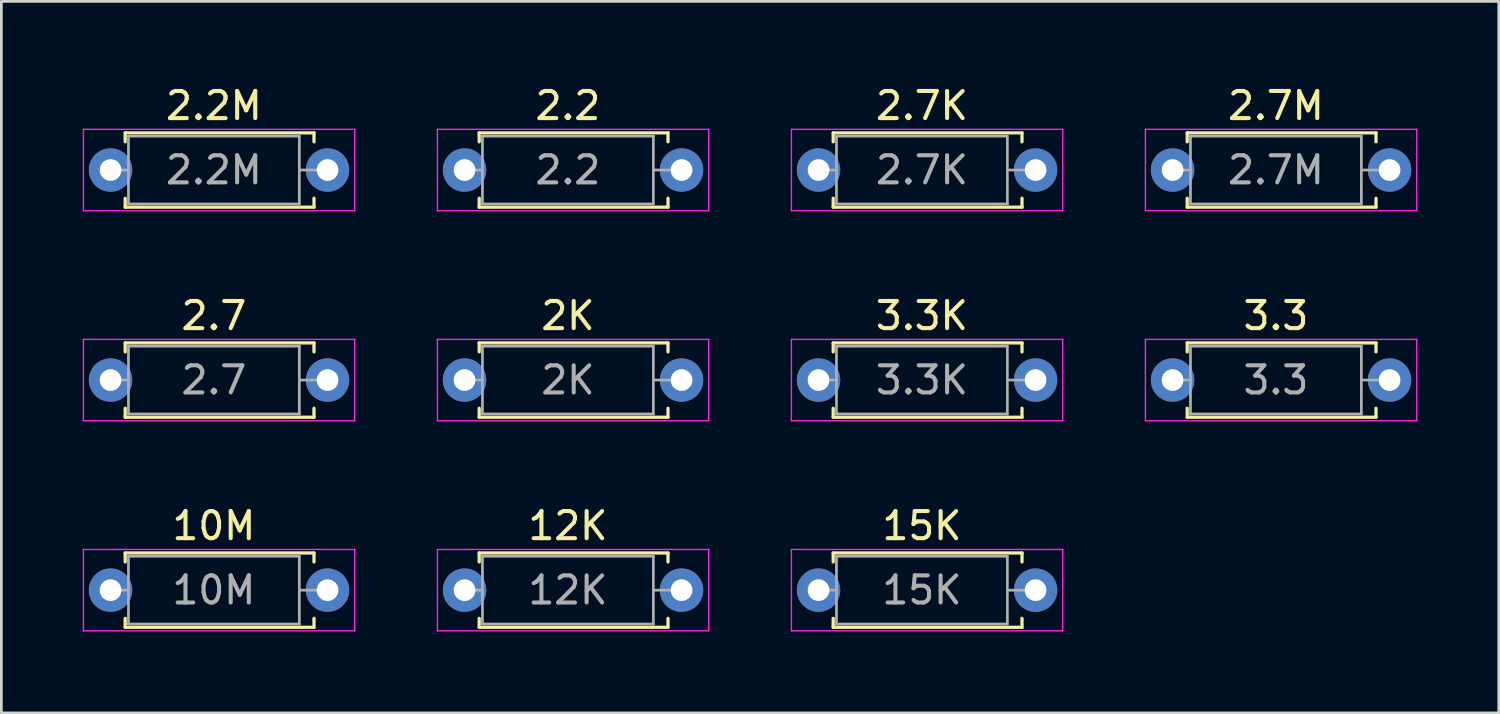
<source format=kicad_pcb>
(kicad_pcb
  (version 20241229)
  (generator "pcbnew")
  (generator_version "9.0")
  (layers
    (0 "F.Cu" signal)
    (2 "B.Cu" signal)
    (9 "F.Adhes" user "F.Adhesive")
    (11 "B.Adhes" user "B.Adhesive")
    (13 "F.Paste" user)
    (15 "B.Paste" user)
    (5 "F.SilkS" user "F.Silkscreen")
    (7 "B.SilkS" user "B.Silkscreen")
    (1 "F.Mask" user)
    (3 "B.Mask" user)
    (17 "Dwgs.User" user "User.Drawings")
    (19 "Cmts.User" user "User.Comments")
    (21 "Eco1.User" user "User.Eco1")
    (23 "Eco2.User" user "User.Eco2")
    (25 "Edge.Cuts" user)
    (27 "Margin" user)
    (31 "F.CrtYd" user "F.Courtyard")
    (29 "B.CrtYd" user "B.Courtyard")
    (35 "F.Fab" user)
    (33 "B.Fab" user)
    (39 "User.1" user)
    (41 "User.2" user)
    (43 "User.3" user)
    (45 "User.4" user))
  (footprint "3.3"
    (layer "F.Cu")
    (at 40.175 10.961)
    (property "Reference" "3.3" (at 3.81 -2.37 0) (layer "F.SilkS") (effects (font (size 1 1) (thickness 0.15))))
    (attr through_hole)
    (fp_line (start 0.54 -1.37) (end 7.5 -1.37) (stroke (width 0.12) (type solid)) (layer "F.SilkS"))
    (fp_line (start 0.54 -1.04) (end 0.54 -1.37) (stroke (width 0.12) (type solid)) (layer "F.SilkS"))
    (fp_line (start 0.54 1.04) (end 0.54 1.37) (stroke (width 0.12) (type solid)) (layer "F.SilkS"))
    (fp_line (start 0.54 1.37) (end 7.5 1.37) (stroke (width 0.12) (type solid)) (layer "F.SilkS"))
    (fp_line (start 7.5 -1.37) (end 7.5 -1.04) (stroke (width 0.12) (type solid)) (layer "F.SilkS"))
    (fp_line (start 7.5 1.37) (end 7.5 1.04) (stroke (width 0.12) (type solid)) (layer "F.SilkS"))
    (fp_line (start -1 -1.5) (end -1 1.5) (stroke (width 0.05) (type solid)) (layer "F.CrtYd"))
    (fp_line (start -1 1.5) (end 9 1.5) (stroke (width 0.05) (type solid)) (layer "F.CrtYd"))
    (fp_line (start 9 -1.5) (end -1 -1.5) (stroke (width 0.05) (type solid)) (layer "F.CrtYd"))
    (fp_line (start 9 1.5) (end 9 -1.5) (stroke (width 0.05) (type solid)) (layer "F.CrtYd"))
    (fp_line (start 0 0) (end 0.66 0) (stroke (width 0.1) (type solid)) (layer "F.Fab"))
    (fp_line (start 0.66 -1.25) (end 0.66 1.25) (stroke (width 0.1) (type solid)) (layer "F.Fab"))
    (fp_line (start 0.66 1.25) (end 6.96 1.25) (stroke (width 0.1) (type solid)) (layer "F.Fab"))
    (fp_line (start 6.96 -1.25) (end 0.66 -1.25) (stroke (width 0.1) (type solid)) (layer "F.Fab"))
    (fp_line (start 6.96 1.25) (end 6.96 -1.25) (stroke (width 0.1) (type solid)) (layer "F.Fab"))
    (fp_line (start 7.62 0) (end 6.96 0) (stroke (width 0.1) (type solid)) (layer "F.Fab"))
    (fp_text user "${REFERENCE}" (at 3.81 0 0) (layer "F.Fab") (effects (font (size 1 1) (thickness 0.15))))
    (pad "1" thru_hole circle (at 0 0) (size 1.6 1.6) (drill 0.8) (layers "*.Cu" "*.Mask"))
    (pad "2" thru_hole oval (at 8 0) (size 1.6 1.6) (drill 0.8) (layers "*.Cu" "*.Mask")))
  (footprint "3.3K"
    (layer "F.Cu")
    (at 27.125 10.961)
    (property "Reference" "3.3K" (at 3.81 -2.37 0) (layer "F.SilkS") (effects (font (size 1 1) (thickness 0.15))))
    (attr through_hole)
    (fp_line (start 0.54 -1.37) (end 7.5 -1.37) (stroke (width 0.12) (type solid)) (layer "F.SilkS"))
    (fp_line (start 0.54 -1.04) (end 0.54 -1.37) (stroke (width 0.12) (type solid)) (layer "F.SilkS"))
    (fp_line (start 0.54 1.04) (end 0.54 1.37) (stroke (width 0.12) (type solid)) (layer "F.SilkS"))
    (fp_line (start 0.54 1.37) (end 7.5 1.37) (stroke (width 0.12) (type solid)) (layer "F.SilkS"))
    (fp_line (start 7.5 -1.37) (end 7.5 -1.04) (stroke (width 0.12) (type solid)) (layer "F.SilkS"))
    (fp_line (start 7.5 1.37) (end 7.5 1.04) (stroke (width 0.12) (type solid)) (layer "F.SilkS"))
    (fp_line (start -1 -1.5) (end -1 1.5) (stroke (width 0.05) (type solid)) (layer "F.CrtYd"))
    (fp_line (start -1 1.5) (end 9 1.5) (stroke (width 0.05) (type solid)) (layer "F.CrtYd"))
    (fp_line (start 9 -1.5) (end -1 -1.5) (stroke (width 0.05) (type solid)) (layer "F.CrtYd"))
    (fp_line (start 9 1.5) (end 9 -1.5) (stroke (width 0.05) (type solid)) (layer "F.CrtYd"))
    (fp_line (start 0 0) (end 0.66 0) (stroke (width 0.1) (type solid)) (layer "F.Fab"))
    (fp_line (start 0.66 -1.25) (end 0.66 1.25) (stroke (width 0.1) (type solid)) (layer "F.Fab"))
    (fp_line (start 0.66 1.25) (end 6.96 1.25) (stroke (width 0.1) (type solid)) (layer "F.Fab"))
    (fp_line (start 6.96 -1.25) (end 0.66 -1.25) (stroke (width 0.1) (type solid)) (layer "F.Fab"))
    (fp_line (start 6.96 1.25) (end 6.96 -1.25) (stroke (width 0.1) (type solid)) (layer "F.Fab"))
    (fp_line (start 7.62 0) (end 6.96 0) (stroke (width 0.1) (type solid)) (layer "F.Fab"))
    (fp_text user "${REFERENCE}" (at 3.81 0 0) (layer "F.Fab") (effects (font (size 1 1) (thickness 0.15))))
    (pad "1" thru_hole circle (at 0 0) (size 1.6 1.6) (drill 0.8) (layers "*.Cu" "*.Mask"))
    (pad "2" thru_hole oval (at 8 0) (size 1.6 1.6) (drill 0.8) (layers "*.Cu" "*.Mask")))
  (footprint "15K"
    (layer "F.Cu")
    (at 27.125 18.705)
    (property "Reference" "15K" (at 3.81 -2.37 0) (layer "F.SilkS") (effects (font (size 1 1) (thickness 0.15))))
    (attr through_hole)
    (fp_line (start 0.54 -1.37) (end 7.5 -1.37) (stroke (width 0.12) (type solid)) (layer "F.SilkS"))
    (fp_line (start 0.54 -1.04) (end 0.54 -1.37) (stroke (width 0.12) (type solid)) (layer "F.SilkS"))
    (fp_line (start 0.54 1.04) (end 0.54 1.37) (stroke (width 0.12) (type solid)) (layer "F.SilkS"))
    (fp_line (start 0.54 1.37) (end 7.5 1.37) (stroke (width 0.12) (type solid)) (layer "F.SilkS"))
    (fp_line (start 7.5 -1.37) (end 7.5 -1.04) (stroke (width 0.12) (type solid)) (layer "F.SilkS"))
    (fp_line (start 7.5 1.37) (end 7.5 1.04) (stroke (width 0.12) (type solid)) (layer "F.SilkS"))
    (fp_line (start -1 -1.5) (end -1 1.5) (stroke (width 0.05) (type solid)) (layer "F.CrtYd"))
    (fp_line (start -1 1.5) (end 9 1.5) (stroke (width 0.05) (type solid)) (layer "F.CrtYd"))
    (fp_line (start 9 -1.5) (end -1 -1.5) (stroke (width 0.05) (type solid)) (layer "F.CrtYd"))
    (fp_line (start 9 1.5) (end 9 -1.5) (stroke (width 0.05) (type solid)) (layer "F.CrtYd"))
    (fp_line (start 0 0) (end 0.66 0) (stroke (width 0.1) (type solid)) (layer "F.Fab"))
    (fp_line (start 0.66 -1.25) (end 0.66 1.25) (stroke (width 0.1) (type solid)) (layer "F.Fab"))
    (fp_line (start 0.66 1.25) (end 6.96 1.25) (stroke (width 0.1) (type solid)) (layer "F.Fab"))
    (fp_line (start 6.96 -1.25) (end 0.66 -1.25) (stroke (width 0.1) (type solid)) (layer "F.Fab"))
    (fp_line (start 6.96 1.25) (end 6.96 -1.25) (stroke (width 0.1) (type solid)) (layer "F.Fab"))
    (fp_line (start 7.62 0) (end 6.96 0) (stroke (width 0.1) (type solid)) (layer "F.Fab"))
    (fp_text user "${REFERENCE}" (at 3.81 0 0) (layer "F.Fab") (effects (font (size 1 1) (thickness 0.15))))
    (pad "1" thru_hole circle (at 0 0) (size 1.6 1.6) (drill 0.8) (layers "*.Cu" "*.Mask"))
    (pad "2" thru_hole oval (at 8 0) (size 1.6 1.6) (drill 0.8) (layers "*.Cu" "*.Mask")))
  (footprint "2.7M"
    (layer "F.Cu")
    (at 40.175 3.218)
    (property "Reference" "2.7M" (at 3.81 -2.37 0) (layer "F.SilkS") (effects (font (size 1 1) (thickness 0.15))))
    (attr through_hole)
    (fp_line (start 0.54 -1.37) (end 7.5 -1.37) (stroke (width 0.12) (type solid)) (layer "F.SilkS"))
    (fp_line (start 0.54 -1.04) (end 0.54 -1.37) (stroke (width 0.12) (type solid)) (layer "F.SilkS"))
    (fp_line (start 0.54 1.04) (end 0.54 1.37) (stroke (width 0.12) (type solid)) (layer "F.SilkS"))
    (fp_line (start 0.54 1.37) (end 7.5 1.37) (stroke (width 0.12) (type solid)) (layer "F.SilkS"))
    (fp_line (start 7.5 -1.37) (end 7.5 -1.04) (stroke (width 0.12) (type solid)) (layer "F.SilkS"))
    (fp_line (start 7.5 1.37) (end 7.5 1.04) (stroke (width 0.12) (type solid)) (layer "F.SilkS"))
    (fp_line (start -1 -1.5) (end -1 1.5) (stroke (width 0.05) (type solid)) (layer "F.CrtYd"))
    (fp_line (start -1 1.5) (end 9 1.5) (stroke (width 0.05) (type solid)) (layer "F.CrtYd"))
    (fp_line (start 9 -1.5) (end -1 -1.5) (stroke (width 0.05) (type solid)) (layer "F.CrtYd"))
    (fp_line (start 9 1.5) (end 9 -1.5) (stroke (width 0.05) (type solid)) (layer "F.CrtYd"))
    (fp_line (start 0 0) (end 0.66 0) (stroke (width 0.1) (type solid)) (layer "F.Fab"))
    (fp_line (start 0.66 -1.25) (end 0.66 1.25) (stroke (width 0.1) (type solid)) (layer "F.Fab"))
    (fp_line (start 0.66 1.25) (end 6.96 1.25) (stroke (width 0.1) (type solid)) (layer "F.Fab"))
    (fp_line (start 6.96 -1.25) (end 0.66 -1.25) (stroke (width 0.1) (type solid)) (layer "F.Fab"))
    (fp_line (start 6.96 1.25) (end 6.96 -1.25) (stroke (width 0.1) (type solid)) (layer "F.Fab"))
    (fp_line (start 7.62 0) (end 6.96 0) (stroke (width 0.1) (type solid)) (layer "F.Fab"))
    (fp_text user "${REFERENCE}" (at 3.81 0 0) (layer "F.Fab") (effects (font (size 1 1) (thickness 0.15))))
    (pad "1" thru_hole circle (at 0 0) (size 1.6 1.6) (drill 0.8) (layers "*.Cu" "*.Mask"))
    (pad "2" thru_hole oval (at 8 0) (size 1.6 1.6) (drill 0.8) (layers "*.Cu" "*.Mask")))
  (footprint "2K"
    (layer "F.Cu")
    (at 14.075 10.961)
    (property "Reference" "2K" (at 3.81 -2.37 0) (layer "F.SilkS") (effects (font (size 1 1) (thickness 0.15))))
    (attr through_hole)
    (fp_line (start 0.54 -1.37) (end 7.5 -1.37) (stroke (width 0.12) (type solid)) (layer "F.SilkS"))
    (fp_line (start 0.54 -1.04) (end 0.54 -1.37) (stroke (width 0.12) (type solid)) (layer "F.SilkS"))
    (fp_line (start 0.54 1.04) (end 0.54 1.37) (stroke (width 0.12) (type solid)) (layer "F.SilkS"))
    (fp_line (start 0.54 1.37) (end 7.5 1.37) (stroke (width 0.12) (type solid)) (layer "F.SilkS"))
    (fp_line (start 7.5 -1.37) (end 7.5 -1.04) (stroke (width 0.12) (type solid)) (layer "F.SilkS"))
    (fp_line (start 7.5 1.37) (end 7.5 1.04) (stroke (width 0.12) (type solid)) (layer "F.SilkS"))
    (fp_line (start -1 -1.5) (end -1 1.5) (stroke (width 0.05) (type solid)) (layer "F.CrtYd"))
    (fp_line (start -1 1.5) (end 9 1.5) (stroke (width 0.05) (type solid)) (layer "F.CrtYd"))
    (fp_line (start 9 -1.5) (end -1 -1.5) (stroke (width 0.05) (type solid)) (layer "F.CrtYd"))
    (fp_line (start 9 1.5) (end 9 -1.5) (stroke (width 0.05) (type solid)) (layer "F.CrtYd"))
    (fp_line (start 0 0) (end 0.66 0) (stroke (width 0.1) (type solid)) (layer "F.Fab"))
    (fp_line (start 0.66 -1.25) (end 0.66 1.25) (stroke (width 0.1) (type solid)) (layer "F.Fab"))
    (fp_line (start 0.66 1.25) (end 6.96 1.25) (stroke (width 0.1) (type solid)) (layer "F.Fab"))
    (fp_line (start 6.96 -1.25) (end 0.66 -1.25) (stroke (width 0.1) (type solid)) (layer "F.Fab"))
    (fp_line (start 6.96 1.25) (end 6.96 -1.25) (stroke (width 0.1) (type solid)) (layer "F.Fab"))
    (fp_line (start 7.62 0) (end 6.96 0) (stroke (width 0.1) (type solid)) (layer "F.Fab"))
    (fp_text user "${REFERENCE}" (at 3.81 0 0) (layer "F.Fab") (effects (font (size 1 1) (thickness 0.15))))
    (pad "1" thru_hole circle (at 0 0) (size 1.6 1.6) (drill 0.8) (layers "*.Cu" "*.Mask"))
    (pad "2" thru_hole oval (at 8 0) (size 1.6 1.6) (drill 0.8) (layers "*.Cu" "*.Mask")))
  (footprint "2.2M"
    (layer "F.Cu")
    (at 1.025 3.218)
    (property "Reference" "2.2M" (at 3.81 -2.37 0) (layer "F.SilkS") (effects (font (size 1 1) (thickness 0.15))))
    (attr through_hole)
    (fp_line (start 0.54 -1.37) (end 7.5 -1.37) (stroke (width 0.12) (type solid)) (layer "F.SilkS"))
    (fp_line (start 0.54 -1.04) (end 0.54 -1.37) (stroke (width 0.12) (type solid)) (layer "F.SilkS"))
    (fp_line (start 0.54 1.04) (end 0.54 1.37) (stroke (width 0.12) (type solid)) (layer "F.SilkS"))
    (fp_line (start 0.54 1.37) (end 7.5 1.37) (stroke (width 0.12) (type solid)) (layer "F.SilkS"))
    (fp_line (start 7.5 -1.37) (end 7.5 -1.04) (stroke (width 0.12) (type solid)) (layer "F.SilkS"))
    (fp_line (start 7.5 1.37) (end 7.5 1.04) (stroke (width 0.12) (type solid)) (layer "F.SilkS"))
    (fp_line (start -1 -1.5) (end -1 1.5) (stroke (width 0.05) (type solid)) (layer "F.CrtYd"))
    (fp_line (start -1 1.5) (end 9 1.5) (stroke (width 0.05) (type solid)) (layer "F.CrtYd"))
    (fp_line (start 9 -1.5) (end -1 -1.5) (stroke (width 0.05) (type solid)) (layer "F.CrtYd"))
    (fp_line (start 9 1.5) (end 9 -1.5) (stroke (width 0.05) (type solid)) (layer "F.CrtYd"))
    (fp_line (start 0 0) (end 0.66 0) (stroke (width 0.1) (type solid)) (layer "F.Fab"))
    (fp_line (start 0.66 -1.25) (end 0.66 1.25) (stroke (width 0.1) (type solid)) (layer "F.Fab"))
    (fp_line (start 0.66 1.25) (end 6.96 1.25) (stroke (width 0.1) (type solid)) (layer "F.Fab"))
    (fp_line (start 6.96 -1.25) (end 0.66 -1.25) (stroke (width 0.1) (type solid)) (layer "F.Fab"))
    (fp_line (start 6.96 1.25) (end 6.96 -1.25) (stroke (width 0.1) (type solid)) (layer "F.Fab"))
    (fp_line (start 7.62 0) (end 6.96 0) (stroke (width 0.1) (type solid)) (layer "F.Fab"))
    (fp_text user "${REFERENCE}" (at 3.81 0 0) (layer "F.Fab") (effects (font (size 1 1) (thickness 0.15))))
    (pad "1" thru_hole circle (at 0 0) (size 1.6 1.6) (drill 0.8) (layers "*.Cu" "*.Mask"))
    (pad "2" thru_hole oval (at 8 0) (size 1.6 1.6) (drill 0.8) (layers "*.Cu" "*.Mask")))
  (footprint "2.7"
    (layer "F.Cu")
    (at 1.025 10.961)
    (property "Reference" "2.7" (at 3.81 -2.37 0) (layer "F.SilkS") (effects (font (size 1 1) (thickness 0.15))))
    (attr through_hole)
    (fp_line (start 0.54 -1.37) (end 7.5 -1.37) (stroke (width 0.12) (type solid)) (layer "F.SilkS"))
    (fp_line (start 0.54 -1.04) (end 0.54 -1.37) (stroke (width 0.12) (type solid)) (layer "F.SilkS"))
    (fp_line (start 0.54 1.04) (end 0.54 1.37) (stroke (width 0.12) (type solid)) (layer "F.SilkS"))
    (fp_line (start 0.54 1.37) (end 7.5 1.37) (stroke (width 0.12) (type solid)) (layer "F.SilkS"))
    (fp_line (start 7.5 -1.37) (end 7.5 -1.04) (stroke (width 0.12) (type solid)) (layer "F.SilkS"))
    (fp_line (start 7.5 1.37) (end 7.5 1.04) (stroke (width 0.12) (type solid)) (layer "F.SilkS"))
    (fp_line (start -1 -1.5) (end -1 1.5) (stroke (width 0.05) (type solid)) (layer "F.CrtYd"))
    (fp_line (start -1 1.5) (end 9 1.5) (stroke (width 0.05) (type solid)) (layer "F.CrtYd"))
    (fp_line (start 9 -1.5) (end -1 -1.5) (stroke (width 0.05) (type solid)) (layer "F.CrtYd"))
    (fp_line (start 9 1.5) (end 9 -1.5) (stroke (width 0.05) (type solid)) (layer "F.CrtYd"))
    (fp_line (start 0 0) (end 0.66 0) (stroke (width 0.1) (type solid)) (layer "F.Fab"))
    (fp_line (start 0.66 -1.25) (end 0.66 1.25) (stroke (width 0.1) (type solid)) (layer "F.Fab"))
    (fp_line (start 0.66 1.25) (end 6.96 1.25) (stroke (width 0.1) (type solid)) (layer "F.Fab"))
    (fp_line (start 6.96 -1.25) (end 0.66 -1.25) (stroke (width 0.1) (type solid)) (layer "F.Fab"))
    (fp_line (start 6.96 1.25) (end 6.96 -1.25) (stroke (width 0.1) (type solid)) (layer "F.Fab"))
    (fp_line (start 7.62 0) (end 6.96 0) (stroke (width 0.1) (type solid)) (layer "F.Fab"))
    (fp_text user "${REFERENCE}" (at 3.81 0 0) (layer "F.Fab") (effects (font (size 1 1) (thickness 0.15))))
    (pad "1" thru_hole circle (at 0 0) (size 1.6 1.6) (drill 0.8) (layers "*.Cu" "*.Mask"))
    (pad "2" thru_hole oval (at 8 0) (size 1.6 1.6) (drill 0.8) (layers "*.Cu" "*.Mask")))
  (footprint "2.2"
    (layer "F.Cu")
    (at 14.075 3.218)
    (property "Reference" "2.2" (at 3.81 -2.37 0) (layer "F.SilkS") (effects (font (size 1 1) (thickness 0.15))))
    (attr through_hole)
    (fp_line (start 0.54 -1.37) (end 7.5 -1.37) (stroke (width 0.12) (type solid)) (layer "F.SilkS"))
    (fp_line (start 0.54 -1.04) (end 0.54 -1.37) (stroke (width 0.12) (type solid)) (layer "F.SilkS"))
    (fp_line (start 0.54 1.04) (end 0.54 1.37) (stroke (width 0.12) (type solid)) (layer "F.SilkS"))
    (fp_line (start 0.54 1.37) (end 7.5 1.37) (stroke (width 0.12) (type solid)) (layer "F.SilkS"))
    (fp_line (start 7.5 -1.37) (end 7.5 -1.04) (stroke (width 0.12) (type solid)) (layer "F.SilkS"))
    (fp_line (start 7.5 1.37) (end 7.5 1.04) (stroke (width 0.12) (type solid)) (layer "F.SilkS"))
    (fp_line (start -1 -1.5) (end -1 1.5) (stroke (width 0.05) (type solid)) (layer "F.CrtYd"))
    (fp_line (start -1 1.5) (end 9 1.5) (stroke (width 0.05) (type solid)) (layer "F.CrtYd"))
    (fp_line (start 9 -1.5) (end -1 -1.5) (stroke (width 0.05) (type solid)) (layer "F.CrtYd"))
    (fp_line (start 9 1.5) (end 9 -1.5) (stroke (width 0.05) (type solid)) (layer "F.CrtYd"))
    (fp_line (start 0 0) (end 0.66 0) (stroke (width 0.1) (type solid)) (layer "F.Fab"))
    (fp_line (start 0.66 -1.25) (end 0.66 1.25) (stroke (width 0.1) (type solid)) (layer "F.Fab"))
    (fp_line (start 0.66 1.25) (end 6.96 1.25) (stroke (width 0.1) (type solid)) (layer "F.Fab"))
    (fp_line (start 6.96 -1.25) (end 0.66 -1.25) (stroke (width 0.1) (type solid)) (layer "F.Fab"))
    (fp_line (start 6.96 1.25) (end 6.96 -1.25) (stroke (width 0.1) (type solid)) (layer "F.Fab"))
    (fp_line (start 7.62 0) (end 6.96 0) (stroke (width 0.1) (type solid)) (layer "F.Fab"))
    (fp_text user "${REFERENCE}" (at 3.81 0 0) (layer "F.Fab") (effects (font (size 1 1) (thickness 0.15))))
    (pad "1" thru_hole circle (at 0 0) (size 1.6 1.6) (drill 0.8) (layers "*.Cu" "*.Mask"))
    (pad "2" thru_hole oval (at 8 0) (size 1.6 1.6) (drill 0.8) (layers "*.Cu" "*.Mask")))
  (footprint "2.7K"
    (layer "F.Cu")
    (at 27.125 3.218)
    (property "Reference" "2.7K" (at 3.81 -2.37 0) (layer "F.SilkS") (effects (font (size 1 1) (thickness 0.15))))
    (attr through_hole)
    (fp_line (start 0.54 -1.37) (end 7.5 -1.37) (stroke (width 0.12) (type solid)) (layer "F.SilkS"))
    (fp_line (start 0.54 -1.04) (end 0.54 -1.37) (stroke (width 0.12) (type solid)) (layer "F.SilkS"))
    (fp_line (start 0.54 1.04) (end 0.54 1.37) (stroke (width 0.12) (type solid)) (layer "F.SilkS"))
    (fp_line (start 0.54 1.37) (end 7.5 1.37) (stroke (width 0.12) (type solid)) (layer "F.SilkS"))
    (fp_line (start 7.5 -1.37) (end 7.5 -1.04) (stroke (width 0.12) (type solid)) (layer "F.SilkS"))
    (fp_line (start 7.5 1.37) (end 7.5 1.04) (stroke (width 0.12) (type solid)) (layer "F.SilkS"))
    (fp_line (start -1 -1.5) (end -1 1.5) (stroke (width 0.05) (type solid)) (layer "F.CrtYd"))
    (fp_line (start -1 1.5) (end 9 1.5) (stroke (width 0.05) (type solid)) (layer "F.CrtYd"))
    (fp_line (start 9 -1.5) (end -1 -1.5) (stroke (width 0.05) (type solid)) (layer "F.CrtYd"))
    (fp_line (start 9 1.5) (end 9 -1.5) (stroke (width 0.05) (type solid)) (layer "F.CrtYd"))
    (fp_line (start 0 0) (end 0.66 0) (stroke (width 0.1) (type solid)) (layer "F.Fab"))
    (fp_line (start 0.66 -1.25) (end 0.66 1.25) (stroke (width 0.1) (type solid)) (layer "F.Fab"))
    (fp_line (start 0.66 1.25) (end 6.96 1.25) (stroke (width 0.1) (type solid)) (layer "F.Fab"))
    (fp_line (start 6.96 -1.25) (end 0.66 -1.25) (stroke (width 0.1) (type solid)) (layer "F.Fab"))
    (fp_line (start 6.96 1.25) (end 6.96 -1.25) (stroke (width 0.1) (type solid)) (layer "F.Fab"))
    (fp_line (start 7.62 0) (end 6.96 0) (stroke (width 0.1) (type solid)) (layer "F.Fab"))
    (fp_text user "${REFERENCE}" (at 3.81 0 0) (layer "F.Fab") (effects (font (size 1 1) (thickness 0.15))))
    (pad "1" thru_hole circle (at 0 0) (size 1.6 1.6) (drill 0.8) (layers "*.Cu" "*.Mask"))
    (pad "2" thru_hole oval (at 8 0) (size 1.6 1.6) (drill 0.8) (layers "*.Cu" "*.Mask")))
  (footprint "12K"
    (layer "F.Cu")
    (at 14.075 18.705)
    (property "Reference" "12K" (at 3.81 -2.37 0) (layer "F.SilkS") (effects (font (size 1 1) (thickness 0.15))))
    (attr through_hole)
    (fp_line (start 0.54 -1.37) (end 7.5 -1.37) (stroke (width 0.12) (type solid)) (layer "F.SilkS"))
    (fp_line (start 0.54 -1.04) (end 0.54 -1.37) (stroke (width 0.12) (type solid)) (layer "F.SilkS"))
    (fp_line (start 0.54 1.04) (end 0.54 1.37) (stroke (width 0.12) (type solid)) (layer "F.SilkS"))
    (fp_line (start 0.54 1.37) (end 7.5 1.37) (stroke (width 0.12) (type solid)) (layer "F.SilkS"))
    (fp_line (start 7.5 -1.37) (end 7.5 -1.04) (stroke (width 0.12) (type solid)) (layer "F.SilkS"))
    (fp_line (start 7.5 1.37) (end 7.5 1.04) (stroke (width 0.12) (type solid)) (layer "F.SilkS"))
    (fp_line (start -1 -1.5) (end -1 1.5) (stroke (width 0.05) (type solid)) (layer "F.CrtYd"))
    (fp_line (start -1 1.5) (end 9 1.5) (stroke (width 0.05) (type solid)) (layer "F.CrtYd"))
    (fp_line (start 9 -1.5) (end -1 -1.5) (stroke (width 0.05) (type solid)) (layer "F.CrtYd"))
    (fp_line (start 9 1.5) (end 9 -1.5) (stroke (width 0.05) (type solid)) (layer "F.CrtYd"))
    (fp_line (start 0 0) (end 0.66 0) (stroke (width 0.1) (type solid)) (layer "F.Fab"))
    (fp_line (start 0.66 -1.25) (end 0.66 1.25) (stroke (width 0.1) (type solid)) (layer "F.Fab"))
    (fp_line (start 0.66 1.25) (end 6.96 1.25) (stroke (width 0.1) (type solid)) (layer "F.Fab"))
    (fp_line (start 6.96 -1.25) (end 0.66 -1.25) (stroke (width 0.1) (type solid)) (layer "F.Fab"))
    (fp_line (start 6.96 1.25) (end 6.96 -1.25) (stroke (width 0.1) (type solid)) (layer "F.Fab"))
    (fp_line (start 7.62 0) (end 6.96 0) (stroke (width 0.1) (type solid)) (layer "F.Fab"))
    (fp_text user "${REFERENCE}" (at 3.81 0 0) (layer "F.Fab") (effects (font (size 1 1) (thickness 0.15))))
    (pad "1" thru_hole circle (at 0 0) (size 1.6 1.6) (drill 0.8) (layers "*.Cu" "*.Mask"))
    (pad "2" thru_hole oval (at 8 0) (size 1.6 1.6) (drill 0.8) (layers "*.Cu" "*.Mask")))
  (footprint "10M"
    (layer "F.Cu")
    (at 1.025 18.705)
    (property "Reference" "10M" (at 3.81 -2.37 0) (layer "F.SilkS") (effects (font (size 1 1) (thickness 0.15))))
    (attr through_hole)
    (fp_line (start 0.54 -1.37) (end 7.5 -1.37) (stroke (width 0.12) (type solid)) (layer "F.SilkS"))
    (fp_line (start 0.54 -1.04) (end 0.54 -1.37) (stroke (width 0.12) (type solid)) (layer "F.SilkS"))
    (fp_line (start 0.54 1.04) (end 0.54 1.37) (stroke (width 0.12) (type solid)) (layer "F.SilkS"))
    (fp_line (start 0.54 1.37) (end 7.5 1.37) (stroke (width 0.12) (type solid)) (layer "F.SilkS"))
    (fp_line (start 7.5 -1.37) (end 7.5 -1.04) (stroke (width 0.12) (type solid)) (layer "F.SilkS"))
    (fp_line (start 7.5 1.37) (end 7.5 1.04) (stroke (width 0.12) (type solid)) (layer "F.SilkS"))
    (fp_line (start -1 -1.5) (end -1 1.5) (stroke (width 0.05) (type solid)) (layer "F.CrtYd"))
    (fp_line (start -1 1.5) (end 9 1.5) (stroke (width 0.05) (type solid)) (layer "F.CrtYd"))
    (fp_line (start 9 -1.5) (end -1 -1.5) (stroke (width 0.05) (type solid)) (layer "F.CrtYd"))
    (fp_line (start 9 1.5) (end 9 -1.5) (stroke (width 0.05) (type solid)) (layer "F.CrtYd"))
    (fp_line (start 0 0) (end 0.66 0) (stroke (width 0.1) (type solid)) (layer "F.Fab"))
    (fp_line (start 0.66 -1.25) (end 0.66 1.25) (stroke (width 0.1) (type solid)) (layer "F.Fab"))
    (fp_line (start 0.66 1.25) (end 6.96 1.25) (stroke (width 0.1) (type solid)) (layer "F.Fab"))
    (fp_line (start 6.96 -1.25) (end 0.66 -1.25) (stroke (width 0.1) (type solid)) (layer "F.Fab"))
    (fp_line (start 6.96 1.25) (end 6.96 -1.25) (stroke (width 0.1) (type solid)) (layer "F.Fab"))
    (fp_line (start 7.62 0) (end 6.96 0) (stroke (width 0.1) (type solid)) (layer "F.Fab"))
    (fp_text user "${REFERENCE}" (at 3.81 0 0) (layer "F.Fab") (effects (font (size 1 1) (thickness 0.15))))
    (pad "1" thru_hole circle (at 0 0) (size 1.6 1.6) (drill 0.8) (layers "*.Cu" "*.Mask"))
    (pad "2" thru_hole oval (at 8 0) (size 1.6 1.6) (drill 0.8) (layers "*.Cu" "*.Mask")))
  (gr_rect
    (start -3 -3)
    (end 52.2 23.23)
    (stroke (width 0.1) (type default))
    (fill no)
    (layer "Edge.Cuts")))
</source>
